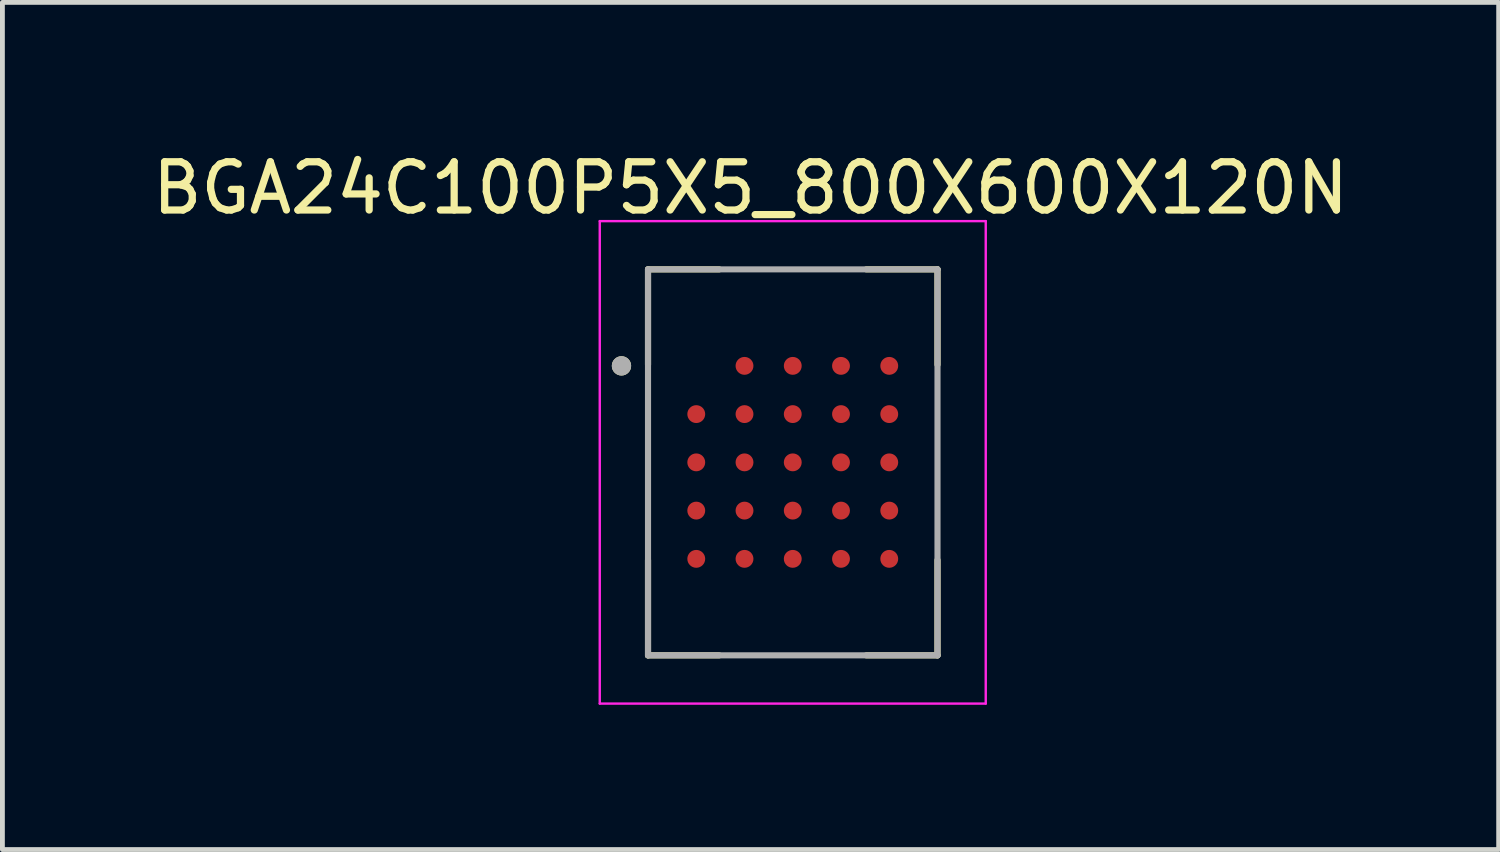
<source format=kicad_pcb>
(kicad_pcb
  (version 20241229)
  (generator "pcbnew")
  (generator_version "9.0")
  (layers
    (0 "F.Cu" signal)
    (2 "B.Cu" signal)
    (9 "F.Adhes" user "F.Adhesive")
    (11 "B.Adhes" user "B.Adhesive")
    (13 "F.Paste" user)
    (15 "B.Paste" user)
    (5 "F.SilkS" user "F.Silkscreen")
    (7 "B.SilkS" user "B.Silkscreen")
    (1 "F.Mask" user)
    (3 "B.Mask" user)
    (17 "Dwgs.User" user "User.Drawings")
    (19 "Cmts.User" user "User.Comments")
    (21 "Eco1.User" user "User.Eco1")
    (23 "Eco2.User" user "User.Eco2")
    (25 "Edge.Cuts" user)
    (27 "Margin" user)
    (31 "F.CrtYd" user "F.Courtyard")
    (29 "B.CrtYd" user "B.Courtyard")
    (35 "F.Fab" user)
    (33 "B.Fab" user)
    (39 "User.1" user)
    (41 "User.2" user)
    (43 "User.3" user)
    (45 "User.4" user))
  (footprint "BGA24C100P5X5_800X600X120N"
    (layer "F.Cu")
    (at 13.381 6.533)
    (property "Reference" "BGA24C100P5X5_800X600X120N" (at -0.875 -5.685 0) (layer "F.SilkS") (effects (font (size 1 1) (thickness 0.15))))
    (attr smd)
    (fp_line (start -3 -4) (end -3 -2.025) (stroke (width 0.127) (type solid)) (layer "F.SilkS"))
    (fp_line (start -3 -4) (end -1.525 -4) (stroke (width 0.127) (type solid)) (layer "F.SilkS"))
    (fp_line (start -3 4) (end -3 2.025) (stroke (width 0.127) (type solid)) (layer "F.SilkS"))
    (fp_line (start -3 4) (end -1.525 4) (stroke (width 0.127) (type solid)) (layer "F.SilkS"))
    (fp_line (start 3 -4) (end 1.525 -4) (stroke (width 0.127) (type solid)) (layer "F.SilkS"))
    (fp_line (start 3 -4) (end 3 -2.025) (stroke (width 0.127) (type solid)) (layer "F.SilkS"))
    (fp_line (start 3 4) (end 1.525 4) (stroke (width 0.127) (type solid)) (layer "F.SilkS"))
    (fp_line (start 3 4) (end 3 2.025) (stroke (width 0.127) (type solid)) (layer "F.SilkS"))
    (fp_circle (center -3.55 -2) (end -3.45 -2) (stroke (width 0.2) (type solid)) (fill no) (layer "F.SilkS"))
    (fp_line (start -4 -5) (end 4 -5) (stroke (width 0.05) (type solid)) (layer "F.CrtYd"))
    (fp_line (start -4 5) (end -4 -5) (stroke (width 0.05) (type solid)) (layer "F.CrtYd"))
    (fp_line (start -4 5) (end 4 5) (stroke (width 0.05) (type solid)) (layer "F.CrtYd"))
    (fp_line (start 4 5) (end 4 -5) (stroke (width 0.05) (type solid)) (layer "F.CrtYd"))
    (fp_line (start -3 4) (end -3 -4) (stroke (width 0.127) (type solid)) (layer "F.Fab"))
    (fp_line (start 3 -4) (end -3 -4) (stroke (width 0.127) (type solid)) (layer "F.Fab"))
    (fp_line (start 3 4) (end -3 4) (stroke (width 0.127) (type solid)) (layer "F.Fab"))
    (fp_line (start 3 4) (end 3 -4) (stroke (width 0.127) (type solid)) (layer "F.Fab"))
    (fp_circle (center -3.55 -2) (end -3.45 -2) (stroke (width 0.2) (type solid)) (fill no) (layer "F.Fab"))
    (pad "A2" smd circle (at -1 -2) (size 0.37 0.37) (layers "F.Cu" "F.Mask" "F.Paste"))
    (pad "A3" smd circle (at 0 -2) (size 0.37 0.37) (layers "F.Cu" "F.Mask" "F.Paste"))
    (pad "A4" smd circle (at 1 -2) (size 0.37 0.37) (layers "F.Cu" "F.Mask" "F.Paste"))
    (pad "A5" smd circle (at 2 -2) (size 0.37 0.37) (layers "F.Cu" "F.Mask" "F.Paste"))
    (pad "B1" smd circle (at -2 -1) (size 0.37 0.37) (layers "F.Cu" "F.Mask" "F.Paste"))
    (pad "B2" smd circle (at -1 -1) (size 0.37 0.37) (layers "F.Cu" "F.Mask" "F.Paste"))
    (pad "B3" smd circle (at 0 -1) (size 0.37 0.37) (layers "F.Cu" "F.Mask" "F.Paste"))
    (pad "B4" smd circle (at 1 -1) (size 0.37 0.37) (layers "F.Cu" "F.Mask" "F.Paste"))
    (pad "B5" smd circle (at 2 -1) (size 0.37 0.37) (layers "F.Cu" "F.Mask" "F.Paste"))
    (pad "C1" smd circle (at -2 0) (size 0.37 0.37) (layers "F.Cu" "F.Mask" "F.Paste"))
    (pad "C2" smd circle (at -1 0) (size 0.37 0.37) (layers "F.Cu" "F.Mask" "F.Paste"))
    (pad "C3" smd circle (at 0 0) (size 0.37 0.37) (layers "F.Cu" "F.Mask" "F.Paste"))
    (pad "C4" smd circle (at 1 0) (size 0.37 0.37) (layers "F.Cu" "F.Mask" "F.Paste"))
    (pad "C5" smd circle (at 2 0) (size 0.37 0.37) (layers "F.Cu" "F.Mask" "F.Paste"))
    (pad "D1" smd circle (at -2 1) (size 0.37 0.37) (layers "F.Cu" "F.Mask" "F.Paste"))
    (pad "D2" smd circle (at -1 1) (size 0.37 0.37) (layers "F.Cu" "F.Mask" "F.Paste"))
    (pad "D3" smd circle (at 0 1) (size 0.37 0.37) (layers "F.Cu" "F.Mask" "F.Paste"))
    (pad "D4" smd circle (at 1 1) (size 0.37 0.37) (layers "F.Cu" "F.Mask" "F.Paste"))
    (pad "D5" smd circle (at 2 1) (size 0.37 0.37) (layers "F.Cu" "F.Mask" "F.Paste"))
    (pad "E1" smd circle (at -2 2) (size 0.37 0.37) (layers "F.Cu" "F.Mask" "F.Paste"))
    (pad "E2" smd circle (at -1 2) (size 0.37 0.37) (layers "F.Cu" "F.Mask" "F.Paste"))
    (pad "E3" smd circle (at 0 2) (size 0.37 0.37) (layers "F.Cu" "F.Mask" "F.Paste"))
    (pad "E4" smd circle (at 1 2) (size 0.37 0.37) (layers "F.Cu" "F.Mask" "F.Paste"))
    (pad "E5" smd circle (at 2 2) (size 0.37 0.37) (layers "F.Cu" "F.Mask" "F.Paste")))
  (gr_rect
    (start -3 -3)
    (end 28.012 14.558)
    (stroke (width 0.1) (type default))
    (fill no)
    (layer "Edge.Cuts")))
</source>
